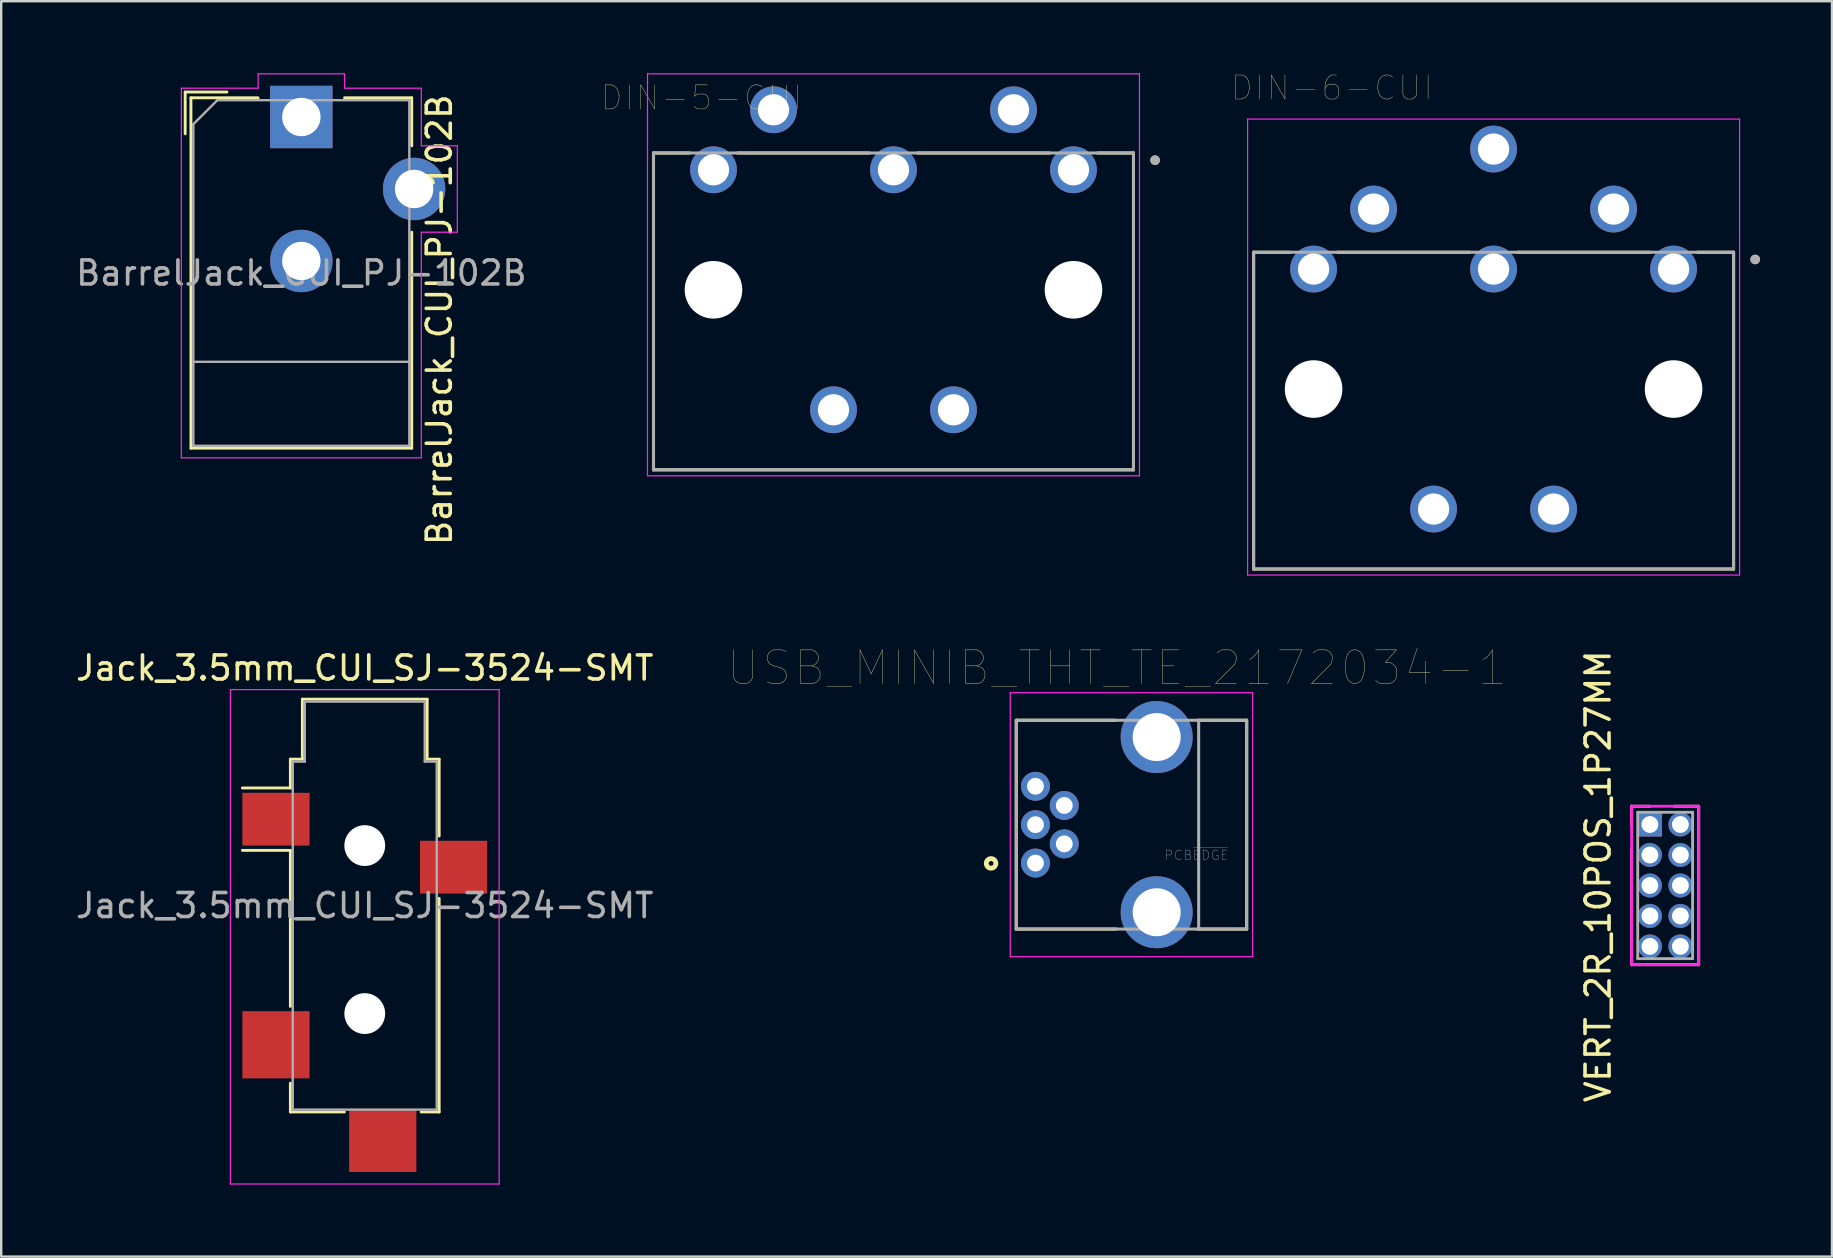
<source format=kicad_pcb>
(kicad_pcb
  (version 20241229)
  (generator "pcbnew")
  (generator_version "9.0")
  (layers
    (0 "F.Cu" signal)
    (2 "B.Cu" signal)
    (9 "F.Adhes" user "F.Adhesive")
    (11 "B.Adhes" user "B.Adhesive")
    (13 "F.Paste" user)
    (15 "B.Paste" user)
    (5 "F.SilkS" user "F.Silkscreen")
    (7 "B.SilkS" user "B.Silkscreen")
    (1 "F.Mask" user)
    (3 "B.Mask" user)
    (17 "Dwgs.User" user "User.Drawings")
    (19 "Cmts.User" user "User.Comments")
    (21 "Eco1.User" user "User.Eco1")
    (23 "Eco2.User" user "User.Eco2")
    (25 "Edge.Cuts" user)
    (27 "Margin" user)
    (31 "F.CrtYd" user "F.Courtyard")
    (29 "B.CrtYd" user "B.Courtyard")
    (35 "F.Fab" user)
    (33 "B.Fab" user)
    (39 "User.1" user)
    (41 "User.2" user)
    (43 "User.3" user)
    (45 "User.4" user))
  (footprint "USB_MINIB_THT_TE_2172034-1"
    (layer "F.Cu")
    (at 45.146 31.312)
    (property "Reference" "USB_MINIB_THT_TE_2172034-1" (at -1.652 -6.53 0) (layer "F.SilkS") (effects (font (size 1.401 1.401) (thickness 0.015))))
    (attr through_hole)
    (fp_line (start -5.85 -4.35) (end -1.7 -4.35) (stroke (width 0.127) (type solid)) (layer "F.SilkS"))
    (fp_line (start -5.85 4.35) (end -5.85 -4.35) (stroke (width 0.127) (type solid)) (layer "F.SilkS"))
    (fp_line (start -1.7 4.35) (end -5.85 4.35) (stroke (width 0.127) (type solid)) (layer "F.SilkS"))
    (fp_line (start 1.7 -4.35) (end 3.75 -4.35) (stroke (width 0.127) (type solid)) (layer "F.SilkS"))
    (fp_line (start 3.75 -4.35) (end 3.75 4.35) (stroke (width 0.127) (type solid)) (layer "F.SilkS"))
    (fp_line (start 3.75 4.35) (end 1.7 4.35) (stroke (width 0.127) (type solid)) (layer "F.SilkS"))
    (fp_circle (center -6.9 1.615) (end -6.7 1.615) (stroke (width 0.2) (type solid)) (fill no) (layer "F.SilkS"))
    (fp_line (start -6.1 -5.5) (end 4 -5.5) (stroke (width 0.05) (type solid)) (layer "F.CrtYd"))
    (fp_line (start -6.1 5.5) (end -6.1 -5.5) (stroke (width 0.05) (type solid)) (layer "F.CrtYd"))
    (fp_line (start 4 -5.5) (end 4 5.5) (stroke (width 0.05) (type solid)) (layer "F.CrtYd"))
    (fp_line (start 4 5.5) (end -6.1 5.5) (stroke (width 0.05) (type solid)) (layer "F.CrtYd"))
    (fp_line (start -5.85 -4.35) (end -5.85 4.35) (stroke (width 0.127) (type solid)) (layer "F.Fab"))
    (fp_line (start -5.85 4.35) (end 1.75 4.35) (stroke (width 0.127) (type solid)) (layer "F.Fab"))
    (fp_line (start 1.75 -4.35) (end -5.85 -4.35) (stroke (width 0.127) (type solid)) (layer "F.Fab"))
    (fp_line (start 1.75 -4.35) (end 1.75 4.35) (stroke (width 0.127) (type solid)) (layer "F.Fab"))
    (fp_line (start 1.75 4.35) (end 3.75 4.35) (stroke (width 0.127) (type solid)) (layer "F.Fab"))
    (fp_line (start 3.75 -4.35) (end 1.75 -4.35) (stroke (width 0.127) (type solid)) (layer "F.Fab"))
    (fp_line (start 3.75 4.35) (end 3.75 -4.35) (stroke (width 0.127) (type solid)) (layer "F.Fab"))
    (fp_circle (center -5.05 1.6) (end -4.85 1.6) (stroke (width 0.2) (type solid)) (fill no) (layer "F.Fab"))
    (fp_text user "PCB~{EDGE}" (at 1.651 1.271 0) (layer "F.Fab") (effects (font (size 0.394 0.394) (thickness 0.015))))
    (pad "1" thru_hole circle (at -5.05 1.6) (size 1.208 1.208) (drill 0.7) (layers "*.Cu" "*.Mask"))
    (pad "2" thru_hole circle (at -3.85 0.8) (size 1.208 1.208) (drill 0.7) (layers "*.Cu" "*.Mask"))
    (pad "3" thru_hole circle (at -5.05 0) (size 1.208 1.208) (drill 0.7) (layers "*.Cu" "*.Mask"))
    (pad "4" thru_hole circle (at -3.85 -0.8) (size 1.208 1.208) (drill 0.7) (layers "*.Cu" "*.Mask"))
    (pad "5" thru_hole circle (at -5.05 -1.6) (size 1.208 1.208) (drill 0.7) (layers "*.Cu" "*.Mask"))
    (pad "SHIELD" thru_hole circle (at 0 -3.65) (size 3 3) (drill 2) (layers "*.Cu" "*.Mask"))
    (pad "SHIELD" thru_hole circle (at 0 3.65) (size 3 3) (drill 2) (layers "*.Cu" "*.Mask")))
  (footprint "VERT_2R_10POS_1P27MM"
    (layer "F.Cu")
    (at 65.699 31.306)
    (property "Reference" "VERT_2R_10POS_1P27MM" (at -2.159 2.159 90) (layer "F.SilkS") (effects (font (size 1 1) (thickness 0.15))))
    (attr through_hole)
    (fp_line (start -0.762 -0.762) (end 0 -0.762) (stroke (width 0.12) (type solid)) (layer "F.SilkS"))
    (fp_line (start -0.762 0) (end -0.762 -0.762) (stroke (width 0.12) (type solid)) (layer "F.SilkS"))
    (fp_line (start -0.762 1.016) (end -0.762 5.842) (stroke (width 0.12) (type solid)) (layer "F.SilkS"))
    (fp_line (start -0.762 5.842) (end 2.032 5.842) (stroke (width 0.12) (type solid)) (layer "F.SilkS"))
    (fp_line (start 2.032 -0.762) (end 1.016 -0.762) (stroke (width 0.12) (type solid)) (layer "F.SilkS"))
    (fp_line (start 2.032 -0.508) (end 2.032 -0.762) (stroke (width 0.12) (type solid)) (layer "F.SilkS"))
    (fp_line (start 2.032 5.842) (end 2.032 -0.508) (stroke (width 0.12) (type solid)) (layer "F.SilkS"))
    (fp_line (start -0.762 -0.762) (end -0.762 5.842) (stroke (width 0.12) (type solid)) (layer "F.CrtYd"))
    (fp_line (start -0.762 5.842) (end 2.032 5.842) (stroke (width 0.12) (type solid)) (layer "F.CrtYd"))
    (fp_line (start 2.032 -0.762) (end -0.762 -0.762) (stroke (width 0.12) (type solid)) (layer "F.CrtYd"))
    (fp_line (start 2.032 5.842) (end 2.032 -0.762) (stroke (width 0.12) (type solid)) (layer "F.CrtYd"))
    (fp_line (start -0.508 -0.508) (end -0.508 5.588) (stroke (width 0.12) (type solid)) (layer "F.Fab"))
    (fp_line (start -0.508 5.588) (end 1.778 5.588) (stroke (width 0.12) (type solid)) (layer "F.Fab"))
    (fp_line (start 1.778 -0.508) (end -0.508 -0.508) (stroke (width 0.12) (type solid)) (layer "F.Fab"))
    (fp_line (start 1.778 5.588) (end 1.778 -0.508) (stroke (width 0.12) (type solid)) (layer "F.Fab"))
    (pad "1" thru_hole rect (at 0 0) (size 1 1) (drill 0.7) (layers "*.Cu" "*.Mask"))
    (pad "2" thru_hole circle (at 0 1.27) (size 1 1) (drill 0.7) (layers "*.Cu" "*.Mask"))
    (pad "3" thru_hole circle (at 0 2.54) (size 1 1) (drill 0.7) (layers "*.Cu" "*.Mask"))
    (pad "4" thru_hole circle (at 0 3.81) (size 1 1) (drill 0.7) (layers "*.Cu" "*.Mask"))
    (pad "5" thru_hole circle (at 0 5.08) (size 1 1) (drill 0.7) (layers "*.Cu" "*.Mask"))
    (pad "6" thru_hole circle (at 1.27 5.08) (size 1 1) (drill 0.7) (layers "*.Cu" "*.Mask"))
    (pad "7" thru_hole circle (at 1.27 3.81) (size 1 1) (drill 0.7) (layers "*.Cu" "*.Mask"))
    (pad "8" thru_hole circle (at 1.27 2.54) (size 1 1) (drill 0.7) (layers "*.Cu" "*.Mask"))
    (pad "9" thru_hole circle (at 1.27 1.27) (size 1 1) (drill 0.7) (layers "*.Cu" "*.Mask"))
    (pad "10" thru_hole circle (at 1.27 0) (size 1 1) (drill 0.7) (layers "*.Cu" "*.Mask")))
  (footprint "DIN-5-CUI"
    (layer "F.Cu")
    (at 34.18 4.025)
    (property "Reference" "DIN-5-CUI" (at -8 -3 0) (layer "F.SilkS") (effects (font (size 1.002 1.002) (thickness 0.015))))
    (attr through_hole)
    (fp_line (start -10 -0.7) (end -10 12.5) (stroke (width 0.127) (type solid)) (layer "F.SilkS"))
    (fp_line (start -10 -0.7) (end -8.5 -0.7) (stroke (width 0.127) (type solid)) (layer "F.SilkS"))
    (fp_line (start -10 12.5) (end 10 12.5) (stroke (width 0.127) (type solid)) (layer "F.SilkS"))
    (fp_line (start -6.5 -0.7) (end -1 -0.7) (stroke (width 0.127) (type solid)) (layer "F.SilkS"))
    (fp_line (start 1 -0.7) (end 6.5 -0.7) (stroke (width 0.127) (type solid)) (layer "F.SilkS"))
    (fp_line (start 10 -0.7) (end 8.5 -0.7) (stroke (width 0.127) (type solid)) (layer "F.SilkS"))
    (fp_line (start 10 12.5) (end 10 -0.7) (stroke (width 0.127) (type solid)) (layer "F.SilkS"))
    (fp_circle (center 10.9 -0.4) (end 11 -0.4) (stroke (width 0.2) (type solid)) (fill no) (layer "F.SilkS"))
    (fp_line (start -10.25 -4) (end 10.25 -4) (stroke (width 0.05) (type solid)) (layer "F.CrtYd"))
    (fp_line (start -10.25 12.75) (end -10.25 -4) (stroke (width 0.05) (type solid)) (layer "F.CrtYd"))
    (fp_line (start 10.25 -4) (end 10.25 12.75) (stroke (width 0.05) (type solid)) (layer "F.CrtYd"))
    (fp_line (start 10.25 12.75) (end -10.25 12.75) (stroke (width 0.05) (type solid)) (layer "F.CrtYd"))
    (fp_line (start -10 -0.7) (end -10 12.5) (stroke (width 0.127) (type solid)) (layer "F.Fab"))
    (fp_line (start -10 12.5) (end 10 12.5) (stroke (width 0.127) (type solid)) (layer "F.Fab"))
    (fp_line (start 10 -0.7) (end -10 -0.7) (stroke (width 0.127) (type solid)) (layer "F.Fab"))
    (fp_line (start 10 12.5) (end 10 -0.7) (stroke (width 0.127) (type solid)) (layer "F.Fab"))
    (fp_circle (center 10.9 -0.4) (end 11 -0.4) (stroke (width 0.2) (type solid)) (fill no) (layer "F.Fab"))
    (pad "" np_thru_hole circle (at -7.5 5) (size 2.4 2.4) (drill 2.4) (layers "*.Cu" "*.Mask"))
    (pad "" np_thru_hole circle (at 7.5 5) (size 2.4 2.4) (drill 2.4) (layers "*.Cu" "*.Mask"))
    (pad "1" thru_hole circle (at 7.5 0) (size 1.95 1.95) (drill 1.3) (layers "*.Cu" "*.Mask"))
    (pad "2" thru_hole circle (at 5 -2.5) (size 1.95 1.95) (drill 1.3) (layers "*.Cu" "*.Mask"))
    (pad "3" thru_hole circle (at 0 0) (size 1.95 1.95) (drill 1.3) (layers "*.Cu" "*.Mask"))
    (pad "4" thru_hole circle (at -5 -2.5) (size 1.95 1.95) (drill 1.3) (layers "*.Cu" "*.Mask"))
    (pad "5" thru_hole circle (at -7.5 0) (size 1.95 1.95) (drill 1.3) (layers "*.Cu" "*.Mask"))
    (pad "S" thru_hole circle (at -2.5 10) (size 1.95 1.95) (drill 1.3) (layers "*.Cu" "*.Mask"))
    (pad "S" thru_hole circle (at 2.5 10) (size 1.95 1.95) (drill 1.3) (layers "*.Cu" "*.Mask")))
  (footprint "Jack_3.5mm_CUI_SJ-3524-SMT"
    (layer "F.Cu")
    (at 12.149 34.684)
    (property "Reference" "Jack_3.5mm_CUI_SJ-3524-SMT" (at 0 -9.9 0) (layer "F.SilkS") (effects (font (size 1 1) (thickness 0.15))))
    (attr smd)
    (fp_line (start -3.1 -6.1) (end -2.6 -6.1) (stroke (width 0.12) (type solid)) (layer "F.SilkS"))
    (fp_line (start -3.1 -4.9) (end -5.1 -4.9) (stroke (width 0.12) (type solid)) (layer "F.SilkS"))
    (fp_line (start -3.1 -4.9) (end -3.1 -6.1) (stroke (width 0.12) (type solid)) (layer "F.SilkS"))
    (fp_line (start -3.1 -2.3) (end -5.1 -2.3) (stroke (width 0.12) (type solid)) (layer "F.SilkS"))
    (fp_line (start -3.1 4.2) (end -3.1 -2.3) (stroke (width 0.12) (type solid)) (layer "F.SilkS"))
    (fp_line (start -3.1 8.6) (end -3.1 7.4) (stroke (width 0.12) (type solid)) (layer "F.SilkS"))
    (fp_line (start -2.6 -8.6) (end 2.6 -8.6) (stroke (width 0.12) (type solid)) (layer "F.SilkS"))
    (fp_line (start -2.6 -6.1) (end -2.6 -8.6) (stroke (width 0.12) (type solid)) (layer "F.SilkS"))
    (fp_line (start -0.85 8.6) (end -3.1 8.6) (stroke (width 0.12) (type solid)) (layer "F.SilkS"))
    (fp_line (start 2.6 -8.6) (end 2.6 -6.1) (stroke (width 0.12) (type solid)) (layer "F.SilkS"))
    (fp_line (start 2.6 -6.1) (end 3.1 -6.1) (stroke (width 0.12) (type solid)) (layer "F.SilkS"))
    (fp_line (start 3.1 -6.1) (end 3.1 -2.9) (stroke (width 0.12) (type solid)) (layer "F.SilkS"))
    (fp_line (start 3.1 -0.3) (end 3.1 8.6) (stroke (width 0.12) (type solid)) (layer "F.SilkS"))
    (fp_line (start 3.1 8.6) (end 2.35 8.6) (stroke (width 0.12) (type solid)) (layer "F.SilkS"))
    (fp_line (start -5.6 -9) (end 5.6 -9) (stroke (width 0.05) (type solid)) (layer "F.CrtYd"))
    (fp_line (start -5.6 11.6) (end -5.6 -9) (stroke (width 0.05) (type solid)) (layer "F.CrtYd"))
    (fp_line (start 5.6 -9) (end 5.6 11.6) (stroke (width 0.05) (type solid)) (layer "F.CrtYd"))
    (fp_line (start 5.6 11.6) (end -5.6 11.6) (stroke (width 0.05) (type solid)) (layer "F.CrtYd"))
    (fp_line (start -3 -6) (end -2.5 -6) (stroke (width 0.1) (type solid)) (layer "F.Fab"))
    (fp_line (start -3 8.5) (end -3 -6) (stroke (width 0.1) (type solid)) (layer "F.Fab"))
    (fp_line (start -2.5 -8.5) (end 2.5 -8.5) (stroke (width 0.1) (type solid)) (layer "F.Fab"))
    (fp_line (start -2.5 -6) (end -2.5 -8.5) (stroke (width 0.1) (type solid)) (layer "F.Fab"))
    (fp_line (start 2.5 -8.5) (end 2.5 -6) (stroke (width 0.1) (type solid)) (layer "F.Fab"))
    (fp_line (start 2.5 -6) (end 3 -6) (stroke (width 0.1) (type solid)) (layer "F.Fab"))
    (fp_line (start 3 -6) (end 3 8.5) (stroke (width 0.1) (type solid)) (layer "F.Fab"))
    (fp_line (start 3 8.5) (end -3 8.5) (stroke (width 0.1) (type solid)) (layer "F.Fab"))
    (fp_text user "${REFERENCE}" (at 0 0 0) (layer "F.Fab") (effects (font (size 1 1) (thickness 0.15))))
    (pad "" np_thru_hole circle (at 0 -2.5) (size 1.7 1.7) (drill 1.7) (layers "*.Cu" "*.Mask"))
    (pad "" np_thru_hole circle (at 0 4.5) (size 1.7 1.7) (drill 1.7) (layers "*.Cu" "*.Mask"))
    (pad "1" smd rect (at -3.7 -3.6) (size 2.8 2.2) (layers "F.Cu" "F.Mask" "F.Paste"))
    (pad "2" smd rect (at -3.7 5.8) (size 2.8 2.8) (layers "F.Cu" "F.Mask" "F.Paste"))
    (pad "3" smd rect (at 3.7 -1.6) (size 2.8 2.2) (layers "F.Cu" "F.Mask" "F.Paste"))
    (pad "10" smd rect (at 0.75 9.8) (size 2.8 2.6) (layers "F.Cu" "F.Mask" "F.Paste")))
  (footprint "BarrelJack_CUI_PJ-102B"
    (layer "F.Cu")
    (at 9.506 1.825)
    (property "Reference" "BarrelJack_CUI_PJ-102B" (at 5.75 8.45 90) (layer "F.SilkS") (effects (font (size 1 1) (thickness 0.15))))
    (attr through_hole)
    (fp_line (start -4.84 -1.04) (end -3.1 -1.04) (stroke (width 0.12) (type solid)) (layer "F.SilkS"))
    (fp_line (start -4.84 0.7) (end -4.84 -1.04) (stroke (width 0.12) (type solid)) (layer "F.SilkS"))
    (fp_line (start -4.6 -0.8) (end -1.8 -0.8) (stroke (width 0.12) (type solid)) (layer "F.SilkS"))
    (fp_line (start -4.6 13.8) (end -4.6 -0.8) (stroke (width 0.12) (type solid)) (layer "F.SilkS"))
    (fp_line (start 1.8 -0.8) (end 4.6 -0.8) (stroke (width 0.12) (type solid)) (layer "F.SilkS"))
    (fp_line (start 4.6 -0.8) (end 4.6 1.2) (stroke (width 0.12) (type solid)) (layer "F.SilkS"))
    (fp_line (start 4.6 4.8) (end 4.6 13.8) (stroke (width 0.12) (type solid)) (layer "F.SilkS"))
    (fp_line (start 4.6 13.8) (end -4.6 13.8) (stroke (width 0.12) (type solid)) (layer "F.SilkS"))
    (fp_line (start -5 -1.2) (end -1.8 -1.2) (stroke (width 0.05) (type solid)) (layer "F.CrtYd"))
    (fp_line (start -5 14.2) (end -5 -1.2) (stroke (width 0.05) (type solid)) (layer "F.CrtYd"))
    (fp_line (start -1.8 -1.8) (end 1.8 -1.8) (stroke (width 0.05) (type solid)) (layer "F.CrtYd"))
    (fp_line (start -1.8 -1.2) (end -1.8 -1.8) (stroke (width 0.05) (type solid)) (layer "F.CrtYd"))
    (fp_line (start 1.8 -1.8) (end 1.8 -1.2) (stroke (width 0.05) (type solid)) (layer "F.CrtYd"))
    (fp_line (start 1.8 -1.2) (end 5 -1.2) (stroke (width 0.05) (type solid)) (layer "F.CrtYd"))
    (fp_line (start 5 -1.2) (end 5 1.2) (stroke (width 0.05) (type solid)) (layer "F.CrtYd"))
    (fp_line (start 5 1.2) (end 6.5 1.2) (stroke (width 0.05) (type solid)) (layer "F.CrtYd"))
    (fp_line (start 5 4.8) (end 5 14.2) (stroke (width 0.05) (type solid)) (layer "F.CrtYd"))
    (fp_line (start 5 14.2) (end -5 14.2) (stroke (width 0.05) (type solid)) (layer "F.CrtYd"))
    (fp_line (start 6.5 1.2) (end 6.5 4.8) (stroke (width 0.05) (type solid)) (layer "F.CrtYd"))
    (fp_line (start 6.5 4.8) (end 5 4.8) (stroke (width 0.05) (type solid)) (layer "F.CrtYd"))
    (fp_line (start -4.5 0.3) (end -3.5 -0.7) (stroke (width 0.1) (type solid)) (layer "F.Fab"))
    (fp_line (start -4.5 10.2) (end 4.5 10.2) (stroke (width 0.1) (type solid)) (layer "F.Fab"))
    (fp_line (start -4.5 13.7) (end -4.5 0.3) (stroke (width 0.1) (type solid)) (layer "F.Fab"))
    (fp_line (start -3.5 -0.7) (end 4.5 -0.7) (stroke (width 0.1) (type solid)) (layer "F.Fab"))
    (fp_line (start 4.5 -0.7) (end 4.5 13.7) (stroke (width 0.1) (type solid)) (layer "F.Fab"))
    (fp_line (start 4.5 13.7) (end -4.5 13.7) (stroke (width 0.1) (type solid)) (layer "F.Fab"))
    (fp_text user "${REFERENCE}" (at 0 6.5 0) (layer "F.Fab") (effects (font (size 1 1) (thickness 0.15))))
    (pad "1" thru_hole rect (at 0 0) (size 2.6 2.6) (drill 1.6) (layers "*.Cu" "*.Mask"))
    (pad "2" thru_hole circle (at 0 6) (size 2.6 2.6) (drill 1.6) (layers "*.Cu" "*.Mask"))
    (pad "3" thru_hole circle (at 4.7 3) (size 2.6 2.6) (drill 1.6) (layers "*.Cu" "*.Mask")))
  (footprint "DIN-6-CUI"
    (layer "F.Cu")
    (at 59.185 8.161)
    (property "Reference" "DIN-6-CUI" (at -6.737 -7.548 0) (layer "F.SilkS") (effects (font (size 1.002 1.002) (thickness 0.015))))
    (attr through_hole)
    (fp_line (start -10 -0.7) (end -10 12.5) (stroke (width 0.127) (type solid)) (layer "F.SilkS"))
    (fp_line (start -10 -0.7) (end -8.5 -0.7) (stroke (width 0.127) (type solid)) (layer "F.SilkS"))
    (fp_line (start -10 12.5) (end 10 12.5) (stroke (width 0.127) (type solid)) (layer "F.SilkS"))
    (fp_line (start -6.5 -0.7) (end -1 -0.7) (stroke (width 0.127) (type solid)) (layer "F.SilkS"))
    (fp_line (start 1 -0.7) (end 6.5 -0.7) (stroke (width 0.127) (type solid)) (layer "F.SilkS"))
    (fp_line (start 10 -0.7) (end 8.5 -0.7) (stroke (width 0.127) (type solid)) (layer "F.SilkS"))
    (fp_line (start 10 12.5) (end 10 -0.7) (stroke (width 0.127) (type solid)) (layer "F.SilkS"))
    (fp_circle (center 10.9 -0.4) (end 11 -0.4) (stroke (width 0.2) (type solid)) (fill no) (layer "F.SilkS"))
    (fp_line (start -10.25 -6.25) (end 10.25 -6.25) (stroke (width 0.05) (type solid)) (layer "F.CrtYd"))
    (fp_line (start -10.25 12.75) (end -10.25 -6.25) (stroke (width 0.05) (type solid)) (layer "F.CrtYd"))
    (fp_line (start 10.25 -6.25) (end 10.25 12.75) (stroke (width 0.05) (type solid)) (layer "F.CrtYd"))
    (fp_line (start 10.25 12.75) (end -10.25 12.75) (stroke (width 0.05) (type solid)) (layer "F.CrtYd"))
    (fp_line (start -10 -0.7) (end -10 12.5) (stroke (width 0.127) (type solid)) (layer "F.Fab"))
    (fp_line (start -10 12.5) (end 10 12.5) (stroke (width 0.127) (type solid)) (layer "F.Fab"))
    (fp_line (start 10 -0.7) (end -10 -0.7) (stroke (width 0.127) (type solid)) (layer "F.Fab"))
    (fp_line (start 10 12.5) (end 10 -0.7) (stroke (width 0.127) (type solid)) (layer "F.Fab"))
    (fp_circle (center 10.9 -0.4) (end 11 -0.4) (stroke (width 0.2) (type solid)) (fill no) (layer "F.Fab"))
    (pad "" np_thru_hole circle (at -7.5 5) (size 2.4 2.4) (drill 2.4) (layers "*.Cu" "*.Mask"))
    (pad "" np_thru_hole circle (at 7.5 5) (size 2.4 2.4) (drill 2.4) (layers "*.Cu" "*.Mask"))
    (pad "1" thru_hole circle (at 7.5 0) (size 1.95 1.95) (drill 1.3) (layers "*.Cu" "*.Mask"))
    (pad "2" thru_hole circle (at 5 -2.5) (size 1.95 1.95) (drill 1.3) (layers "*.Cu" "*.Mask"))
    (pad "3" thru_hole circle (at 0 0) (size 1.95 1.95) (drill 1.3) (layers "*.Cu" "*.Mask"))
    (pad "4" thru_hole circle (at -5 -2.5) (size 1.95 1.95) (drill 1.3) (layers "*.Cu" "*.Mask"))
    (pad "5" thru_hole circle (at -7.5 0) (size 1.95 1.95) (drill 1.3) (layers "*.Cu" "*.Mask"))
    (pad "6" thru_hole circle (at 0 -5) (size 1.95 1.95) (drill 1.3) (layers "*.Cu" "*.Mask"))
    (pad "S1" thru_hole circle (at -2.5 10) (size 1.95 1.95) (drill 1.3) (layers "*.Cu" "*.Mask"))
    (pad "S2" thru_hole circle (at 2.5 10) (size 1.95 1.95) (drill 1.3) (layers "*.Cu" "*.Mask")))
  (gr_rect
    (start -3 -3)
    (end 73.285 49.309)
    (stroke (width 0.1) (type default))
    (fill no)
    (layer "Edge.Cuts")))
</source>
